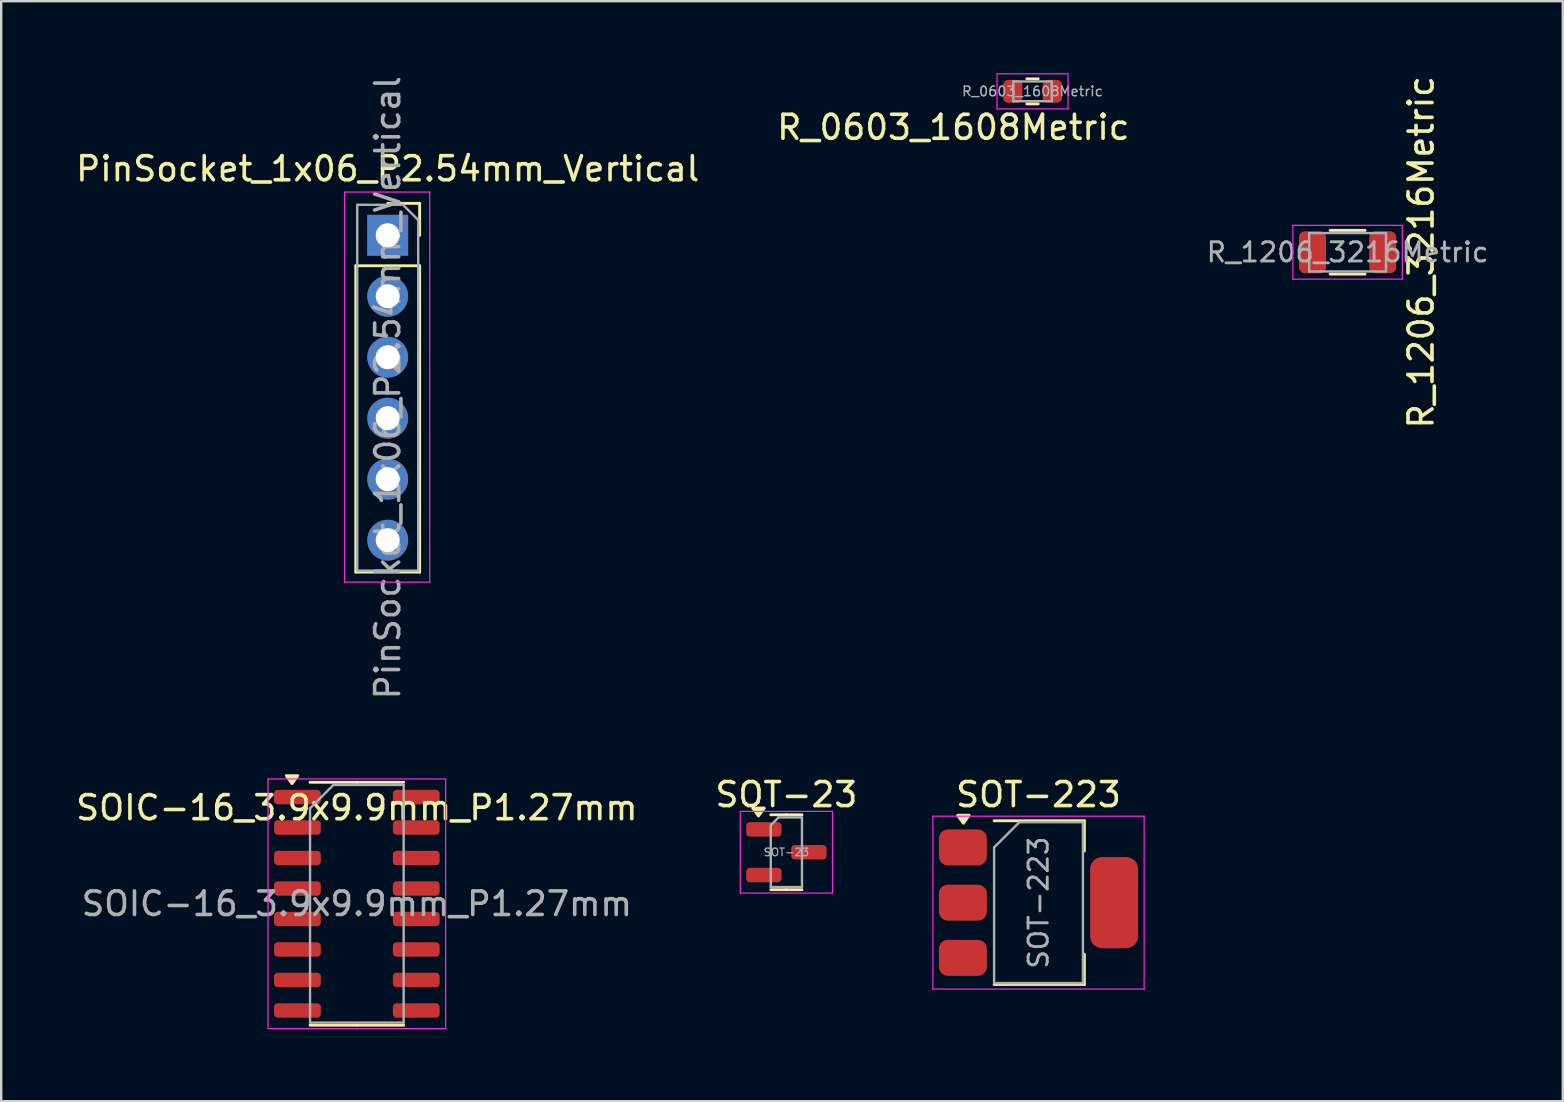
<source format=kicad_pcb>
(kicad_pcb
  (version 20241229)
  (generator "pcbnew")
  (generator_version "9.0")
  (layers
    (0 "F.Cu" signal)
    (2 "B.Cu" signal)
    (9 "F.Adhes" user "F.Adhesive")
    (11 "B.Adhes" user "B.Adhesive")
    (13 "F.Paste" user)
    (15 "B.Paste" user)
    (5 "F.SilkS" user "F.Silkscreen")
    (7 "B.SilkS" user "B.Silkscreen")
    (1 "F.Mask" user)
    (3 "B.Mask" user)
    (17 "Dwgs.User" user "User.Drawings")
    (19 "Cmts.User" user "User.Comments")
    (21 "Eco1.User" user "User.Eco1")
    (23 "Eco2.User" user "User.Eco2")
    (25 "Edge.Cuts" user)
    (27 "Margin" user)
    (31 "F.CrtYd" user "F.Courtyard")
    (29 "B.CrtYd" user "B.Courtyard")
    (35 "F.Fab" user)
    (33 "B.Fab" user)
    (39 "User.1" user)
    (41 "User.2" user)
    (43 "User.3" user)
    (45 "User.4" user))
  (footprint "SOT-23"
    (layer "F.Cu")
    (at 29.708 32.451)
    (property "Reference" "SOT-23" (at 0 -2.4 0) (layer "F.SilkS") (effects (font (size 1 1) (thickness 0.15))))
    (attr smd)
    (fp_line (start 0 -1.56) (end -0.65 -1.56) (stroke (width 0.12) (type solid)) (layer "F.SilkS"))
    (fp_line (start 0 -1.56) (end 0.65 -1.56) (stroke (width 0.12) (type solid)) (layer "F.SilkS"))
    (fp_line (start 0 1.56) (end -0.65 1.56) (stroke (width 0.12) (type solid)) (layer "F.SilkS"))
    (fp_line (start 0 1.56) (end 0.65 1.56) (stroke (width 0.12) (type solid)) (layer "F.SilkS"))
    (fp_poly (pts (xy -1.163 -1.51) (xy -1.403 -1.84) (xy -0.922 -1.84) (xy -1.163 -1.51)) (stroke (width 0.12) (type solid)) (fill yes) (layer "F.SilkS"))
    (fp_line (start -1.92 -1.7) (end -1.92 1.7) (stroke (width 0.05) (type solid)) (layer "F.CrtYd"))
    (fp_line (start -1.92 1.7) (end 1.92 1.7) (stroke (width 0.05) (type solid)) (layer "F.CrtYd"))
    (fp_line (start 1.92 -1.7) (end -1.92 -1.7) (stroke (width 0.05) (type solid)) (layer "F.CrtYd"))
    (fp_line (start 1.92 1.7) (end 1.92 -1.7) (stroke (width 0.05) (type solid)) (layer "F.CrtYd"))
    (fp_line (start -0.65 -1.125) (end -0.325 -1.45) (stroke (width 0.1) (type solid)) (layer "F.Fab"))
    (fp_line (start -0.65 1.45) (end -0.65 -1.125) (stroke (width 0.1) (type solid)) (layer "F.Fab"))
    (fp_line (start -0.325 -1.45) (end 0.65 -1.45) (stroke (width 0.1) (type solid)) (layer "F.Fab"))
    (fp_line (start 0.65 -1.45) (end 0.65 1.45) (stroke (width 0.1) (type solid)) (layer "F.Fab"))
    (fp_line (start 0.65 1.45) (end -0.65 1.45) (stroke (width 0.1) (type solid)) (layer "F.Fab"))
    (fp_text user "${REFERENCE}" (at 0 0 0) (layer "F.Fab") (effects (font (size 0.32 0.32) (thickness 0.05))))
    (pad "1" smd roundrect (at -0.938 -0.95) (size 1.475 0.6) (layers "F.Cu" "F.Mask" "F.Paste") (roundrect_rratio 0.25))
    (pad "2" smd roundrect (at -0.938 0.95) (size 1.475 0.6) (layers "F.Cu" "F.Mask" "F.Paste") (roundrect_rratio 0.25))
    (pad "3" smd roundrect (at 0.938 0) (size 1.475 0.6) (layers "F.Cu" "F.Mask" "F.Paste") (roundrect_rratio 0.25)))
  (footprint "SOT-223"
    (layer "F.Cu")
    (at 40.211 34.551)
    (property "Reference" "SOT-223" (at 0 -4.5 180) (layer "F.SilkS") (effects (font (size 1 1) (thickness 0.15))))
    (attr smd)
    (fp_line (start -1.85 -3.41) (end 1.91 -3.41) (stroke (width 0.12) (type solid)) (layer "F.SilkS"))
    (fp_line (start -1.85 3.41) (end 1.91 3.41) (stroke (width 0.12) (type solid)) (layer "F.SilkS"))
    (fp_line (start 1.91 -3.41) (end 1.91 -2.15) (stroke (width 0.12) (type solid)) (layer "F.SilkS"))
    (fp_line (start 1.91 3.41) (end 1.91 2.15) (stroke (width 0.12) (type solid)) (layer "F.SilkS"))
    (fp_poly (pts (xy -3.13 -3.31) (xy -3.37 -3.64) (xy -2.89 -3.64) (xy -3.13 -3.31)) (stroke (width 0.12) (type solid)) (fill yes) (layer "F.SilkS"))
    (fp_line (start -4.4 -3.6) (end -4.4 3.6) (stroke (width 0.05) (type solid)) (layer "F.CrtYd"))
    (fp_line (start -4.4 3.6) (end 4.4 3.6) (stroke (width 0.05) (type solid)) (layer "F.CrtYd"))
    (fp_line (start 4.4 -3.6) (end -4.4 -3.6) (stroke (width 0.05) (type solid)) (layer "F.CrtYd"))
    (fp_line (start 4.4 3.6) (end 4.4 -3.6) (stroke (width 0.05) (type solid)) (layer "F.CrtYd"))
    (fp_line (start -1.85 -2.3) (end -1.85 3.35) (stroke (width 0.1) (type solid)) (layer "F.Fab"))
    (fp_line (start -1.85 -2.3) (end -0.8 -3.35) (stroke (width 0.1) (type solid)) (layer "F.Fab"))
    (fp_line (start -1.85 3.35) (end 1.85 3.35) (stroke (width 0.1) (type solid)) (layer "F.Fab"))
    (fp_line (start -0.8 -3.35) (end 1.85 -3.35) (stroke (width 0.1) (type solid)) (layer "F.Fab"))
    (fp_line (start 1.85 -3.35) (end 1.85 3.35) (stroke (width 0.1) (type solid)) (layer "F.Fab"))
    (fp_text user "${REFERENCE}" (at 0 0 270) (layer "F.Fab") (effects (font (size 0.8 0.8) (thickness 0.12))))
    (pad "1" smd roundrect (at -3.15 -2.3) (size 2 1.5) (layers "F.Cu" "F.Mask" "F.Paste") (roundrect_rratio 0.25))
    (pad "2" smd roundrect (at -3.15 0) (size 2 1.5) (layers "F.Cu" "F.Mask" "F.Paste") (roundrect_rratio 0.25))
    (pad "3" smd roundrect (at -3.15 2.3) (size 2 1.5) (layers "F.Cu" "F.Mask" "F.Paste") (roundrect_rratio 0.25))
    (pad "4" smd roundrect (at 3.15 0) (size 2 3.8) (layers "F.Cu" "F.Mask" "F.Paste") (roundrect_rratio 0.25)))
  (footprint "PinSocket_1x06_P2.54mm_Vertical"
    (layer "F.Cu")
    (at 13.101 6.751)
    (property "Reference" "PinSocket_1x06_P2.54mm_Vertical" (at 0 -2.77 0) (layer "F.SilkS") (effects (font (size 1 1) (thickness 0.15))))
    (attr through_hole)
    (fp_line (start -1.33 1.27) (end -1.33 14.03) (stroke (width 0.12) (type solid)) (layer "F.SilkS"))
    (fp_line (start -1.33 1.27) (end 1.33 1.27) (stroke (width 0.12) (type solid)) (layer "F.SilkS"))
    (fp_line (start -1.33 14.03) (end 1.33 14.03) (stroke (width 0.12) (type solid)) (layer "F.SilkS"))
    (fp_line (start 0 -1.33) (end 1.33 -1.33) (stroke (width 0.12) (type solid)) (layer "F.SilkS"))
    (fp_line (start 1.33 -1.33) (end 1.33 0) (stroke (width 0.12) (type solid)) (layer "F.SilkS"))
    (fp_line (start 1.33 1.27) (end 1.33 14.03) (stroke (width 0.12) (type solid)) (layer "F.SilkS"))
    (fp_line (start -1.8 -1.8) (end 1.75 -1.8) (stroke (width 0.05) (type solid)) (layer "F.CrtYd"))
    (fp_line (start -1.8 14.45) (end -1.8 -1.8) (stroke (width 0.05) (type solid)) (layer "F.CrtYd"))
    (fp_line (start 1.75 -1.8) (end 1.75 14.45) (stroke (width 0.05) (type solid)) (layer "F.CrtYd"))
    (fp_line (start 1.75 14.45) (end -1.8 14.45) (stroke (width 0.05) (type solid)) (layer "F.CrtYd"))
    (fp_line (start -1.27 -1.27) (end 0.635 -1.27) (stroke (width 0.1) (type solid)) (layer "F.Fab"))
    (fp_line (start -1.27 13.97) (end -1.27 -1.27) (stroke (width 0.1) (type solid)) (layer "F.Fab"))
    (fp_line (start 0.635 -1.27) (end 1.27 -0.635) (stroke (width 0.1) (type solid)) (layer "F.Fab"))
    (fp_line (start 1.27 -0.635) (end 1.27 13.97) (stroke (width 0.1) (type solid)) (layer "F.Fab"))
    (fp_line (start 1.27 13.97) (end -1.27 13.97) (stroke (width 0.1) (type solid)) (layer "F.Fab"))
    (fp_text user "${REFERENCE}" (at 0 6.35 90) (layer "F.Fab") (effects (font (size 1 1) (thickness 0.15))))
    (pad "1" thru_hole rect (at 0 0) (size 1.7 1.7) (drill 1) (layers "*.Cu" "*.Mask"))
    (pad "2" thru_hole oval (at 0 2.54) (size 1.7 1.7) (drill 1) (layers "*.Cu" "*.Mask"))
    (pad "3" thru_hole oval (at 0 5.08) (size 1.7 1.7) (drill 1) (layers "*.Cu" "*.Mask"))
    (pad "4" thru_hole oval (at 0 7.62) (size 1.7 1.7) (drill 1) (layers "*.Cu" "*.Mask"))
    (pad "5" thru_hole oval (at 0 10.16) (size 1.7 1.7) (drill 1) (layers "*.Cu" "*.Mask"))
    (pad "6" thru_hole oval (at 0 12.7) (size 1.7 1.7) (drill 1) (layers "*.Cu" "*.Mask")))
  (footprint "SOIC-16_3.9x9.9mm_P1.27mm"
    (layer "F.Cu")
    (at 11.815 34.597)
    (property "Reference" "SOIC-16_3.9x9.9mm_P1.27mm" (at 0 -4 0) (layer "F.SilkS") (effects (font (size 1 1) (thickness 0.15))))
    (attr smd)
    (fp_line (start 0 -5.06) (end -1.95 -5.06) (stroke (width 0.12) (type solid)) (layer "F.SilkS"))
    (fp_line (start 0 -5.06) (end 1.95 -5.06) (stroke (width 0.12) (type solid)) (layer "F.SilkS"))
    (fp_line (start 0 5.06) (end -1.95 5.06) (stroke (width 0.12) (type solid)) (layer "F.SilkS"))
    (fp_line (start 0 5.06) (end 1.95 5.06) (stroke (width 0.12) (type solid)) (layer "F.SilkS"))
    (fp_poly (pts (xy -2.7 -5.005) (xy -2.94 -5.335) (xy -2.46 -5.335) (xy -2.7 -5.005)) (stroke (width 0.12) (type solid)) (fill yes) (layer "F.SilkS"))
    (fp_line (start -3.7 -5.2) (end -3.7 5.2) (stroke (width 0.05) (type solid)) (layer "F.CrtYd"))
    (fp_line (start -3.7 5.2) (end 3.7 5.2) (stroke (width 0.05) (type solid)) (layer "F.CrtYd"))
    (fp_line (start 3.7 -5.2) (end -3.7 -5.2) (stroke (width 0.05) (type solid)) (layer "F.CrtYd"))
    (fp_line (start 3.7 5.2) (end 3.7 -5.2) (stroke (width 0.05) (type solid)) (layer "F.CrtYd"))
    (fp_line (start -1.95 -3.975) (end -0.975 -4.95) (stroke (width 0.1) (type solid)) (layer "F.Fab"))
    (fp_line (start -1.95 4.95) (end -1.95 -3.975) (stroke (width 0.1) (type solid)) (layer "F.Fab"))
    (fp_line (start -0.975 -4.95) (end 1.95 -4.95) (stroke (width 0.1) (type solid)) (layer "F.Fab"))
    (fp_line (start 1.95 -4.95) (end 1.95 4.95) (stroke (width 0.1) (type solid)) (layer "F.Fab"))
    (fp_line (start 1.95 4.95) (end -1.95 4.95) (stroke (width 0.1) (type solid)) (layer "F.Fab"))
    (fp_text user "${REFERENCE}" (at 0 0 0) (layer "F.Fab") (effects (font (size 0.98 0.98) (thickness 0.15))))
    (pad "1" smd roundrect (at -2.475 -4.445) (size 1.95 0.6) (layers "F.Cu" "F.Mask" "F.Paste") (roundrect_rratio 0.25))
    (pad "2" smd roundrect (at -2.475 -3.175) (size 1.95 0.6) (layers "F.Cu" "F.Mask" "F.Paste") (roundrect_rratio 0.25))
    (pad "3" smd roundrect (at -2.475 -1.905) (size 1.95 0.6) (layers "F.Cu" "F.Mask" "F.Paste") (roundrect_rratio 0.25))
    (pad "4" smd roundrect (at -2.475 -0.635) (size 1.95 0.6) (layers "F.Cu" "F.Mask" "F.Paste") (roundrect_rratio 0.25))
    (pad "5" smd roundrect (at -2.475 0.635) (size 1.95 0.6) (layers "F.Cu" "F.Mask" "F.Paste") (roundrect_rratio 0.25))
    (pad "6" smd roundrect (at -2.475 1.905) (size 1.95 0.6) (layers "F.Cu" "F.Mask" "F.Paste") (roundrect_rratio 0.25))
    (pad "7" smd roundrect (at -2.475 3.175) (size 1.95 0.6) (layers "F.Cu" "F.Mask" "F.Paste") (roundrect_rratio 0.25))
    (pad "8" smd roundrect (at -2.475 4.445) (size 1.95 0.6) (layers "F.Cu" "F.Mask" "F.Paste") (roundrect_rratio 0.25))
    (pad "9" smd roundrect (at 2.475 4.445) (size 1.95 0.6) (layers "F.Cu" "F.Mask" "F.Paste") (roundrect_rratio 0.25))
    (pad "10" smd roundrect (at 2.475 3.175) (size 1.95 0.6) (layers "F.Cu" "F.Mask" "F.Paste") (roundrect_rratio 0.25))
    (pad "11" smd roundrect (at 2.475 1.905) (size 1.95 0.6) (layers "F.Cu" "F.Mask" "F.Paste") (roundrect_rratio 0.25))
    (pad "12" smd roundrect (at 2.475 0.635) (size 1.95 0.6) (layers "F.Cu" "F.Mask" "F.Paste") (roundrect_rratio 0.25))
    (pad "13" smd roundrect (at 2.475 -0.635) (size 1.95 0.6) (layers "F.Cu" "F.Mask" "F.Paste") (roundrect_rratio 0.25))
    (pad "14" smd roundrect (at 2.475 -1.905) (size 1.95 0.6) (layers "F.Cu" "F.Mask" "F.Paste") (roundrect_rratio 0.25))
    (pad "15" smd roundrect (at 2.475 -3.175) (size 1.95 0.6) (layers "F.Cu" "F.Mask" "F.Paste") (roundrect_rratio 0.25))
    (pad "16" smd roundrect (at 2.475 -4.445) (size 1.95 0.6) (layers "F.Cu" "F.Mask" "F.Paste") (roundrect_rratio 0.25)))
  (footprint "R_1206_3216Metric"
    (layer "F.Cu")
    (at 53.086 7.458)
    (property "Reference" "R_1206_3216Metric" (at 3.062 0 270) (layer "F.SilkS") (effects (font (size 1 1) (thickness 0.15))))
    (attr smd)
    (fp_line (start -0.727 -0.91) (end 0.727 -0.91) (stroke (width 0.12) (type solid)) (layer "F.SilkS"))
    (fp_line (start -0.727 0.91) (end 0.727 0.91) (stroke (width 0.12) (type solid)) (layer "F.SilkS"))
    (fp_line (start -2.28 -1.12) (end 2.28 -1.12) (stroke (width 0.05) (type solid)) (layer "F.CrtYd"))
    (fp_line (start -2.28 1.12) (end -2.28 -1.12) (stroke (width 0.05) (type solid)) (layer "F.CrtYd"))
    (fp_line (start 2.28 -1.12) (end 2.28 1.12) (stroke (width 0.05) (type solid)) (layer "F.CrtYd"))
    (fp_line (start 2.28 1.12) (end -2.28 1.12) (stroke (width 0.05) (type solid)) (layer "F.CrtYd"))
    (fp_line (start -1.6 -0.8) (end 1.6 -0.8) (stroke (width 0.1) (type solid)) (layer "F.Fab"))
    (fp_line (start -1.6 0.8) (end -1.6 -0.8) (stroke (width 0.1) (type solid)) (layer "F.Fab"))
    (fp_line (start 1.6 -0.8) (end 1.6 0.8) (stroke (width 0.1) (type solid)) (layer "F.Fab"))
    (fp_line (start 1.6 0.8) (end -1.6 0.8) (stroke (width 0.1) (type solid)) (layer "F.Fab"))
    (fp_text user "${REFERENCE}" (at 0 0 180) (layer "F.Fab") (effects (font (size 0.8 0.8) (thickness 0.12))))
    (pad "1" smd roundrect (at -1.462 0) (size 1.125 1.75) (layers "F.Cu" "F.Mask" "F.Paste") (roundrect_rratio 0.222))
    (pad "2" smd roundrect (at 1.462 0) (size 1.125 1.75) (layers "F.Cu" "F.Mask" "F.Paste") (roundrect_rratio 0.222)))
  (footprint "R_0603_1608Metric"
    (layer "F.Cu")
    (at 39.961 0.755)
    (property "Reference" "R_0603_1608Metric" (at -3.3 1.5 0) (layer "F.SilkS") (effects (font (size 1 1) (thickness 0.15))))
    (attr smd)
    (fp_line (start -0.237 -0.522) (end 0.237 -0.522) (stroke (width 0.12) (type solid)) (layer "F.SilkS"))
    (fp_line (start -0.237 0.522) (end 0.237 0.522) (stroke (width 0.12) (type solid)) (layer "F.SilkS"))
    (fp_line (start -1.48 -0.73) (end 1.48 -0.73) (stroke (width 0.05) (type solid)) (layer "F.CrtYd"))
    (fp_line (start -1.48 0.73) (end -1.48 -0.73) (stroke (width 0.05) (type solid)) (layer "F.CrtYd"))
    (fp_line (start 1.48 -0.73) (end 1.48 0.73) (stroke (width 0.05) (type solid)) (layer "F.CrtYd"))
    (fp_line (start 1.48 0.73) (end -1.48 0.73) (stroke (width 0.05) (type solid)) (layer "F.CrtYd"))
    (fp_line (start -0.8 -0.412) (end 0.8 -0.412) (stroke (width 0.1) (type solid)) (layer "F.Fab"))
    (fp_line (start -0.8 0.412) (end -0.8 -0.412) (stroke (width 0.1) (type solid)) (layer "F.Fab"))
    (fp_line (start 0.8 -0.412) (end 0.8 0.412) (stroke (width 0.1) (type solid)) (layer "F.Fab"))
    (fp_line (start 0.8 0.412) (end -0.8 0.412) (stroke (width 0.1) (type solid)) (layer "F.Fab"))
    (fp_text user "${REFERENCE}" (at 0 0 0) (layer "F.Fab") (effects (font (size 0.4 0.4) (thickness 0.06))))
    (pad "1" smd roundrect (at -0.825 0) (size 0.8 0.95) (layers "F.Cu" "F.Mask" "F.Paste") (roundrect_rratio 0.25))
    (pad "2" smd roundrect (at 0.825 0) (size 0.8 0.95) (layers "F.Cu" "F.Mask" "F.Paste") (roundrect_rratio 0.25)))
  (gr_rect
    (start -3 -3)
    (end 62.052 42.822)
    (stroke (width 0.1) (type default))
    (fill no)
    (layer "Edge.Cuts")))
</source>
